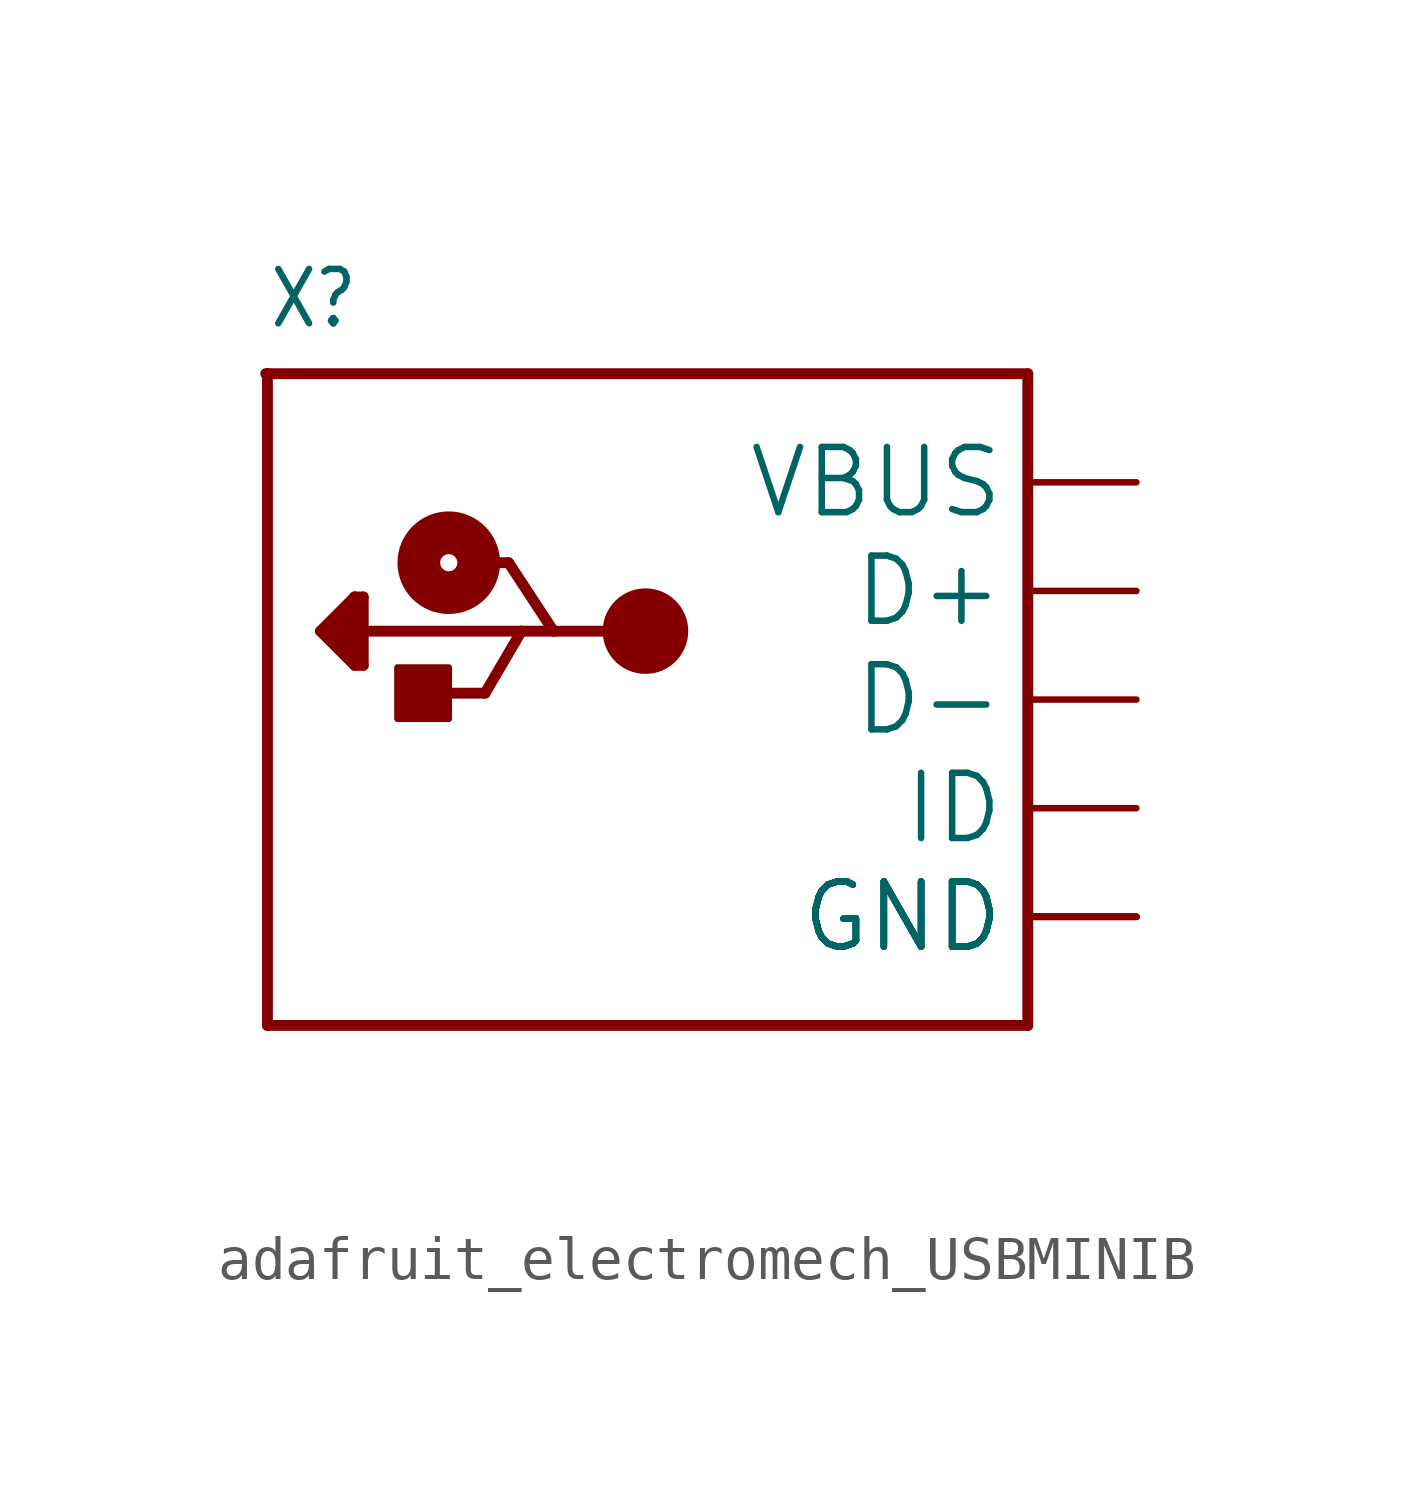
<source format=kicad_sym>
(kicad_symbol_lib
  (version 20241209)
  (generator "kicad_symbol_editor")
  (generator_version "9.0")
  (symbol "adafruit_electromech_USBMINIB"
    (property "Reference" "X"
      (at -10.16 8.636 0)
      (effects (font (size 1.27 1.079)) (justify left bottom)))
    (property "Value" ""
      (at -10.16 -10.16 0)
      (effects (font (size 1.27 1.079)) (justify left bottom)))
    (property "ki_locked" ""
      (at 0 0 0)
      (effects (font (size 1.27 1.27))))
    (symbol "adafruit_electromech_USBMINIB_1_0"
      (polyline (pts (xy -10.2 7.62) (xy -10.16 7.62)) (stroke (width 0.254) (type solid)) (fill (type none)))
      (polyline (pts (xy -10.16 7.62) (xy -10.16 -7.62)) (stroke (width 0.254) (type solid)) (fill (type none)))
      (polyline (pts (xy -10.16 7.62) (xy 7.62 7.62)) (stroke (width 0.254) (type solid)) (fill (type none)))
      (polyline (pts (xy -10.16 -7.62) (xy 7.62 -7.62)) (stroke (width 0.254) (type solid)) (fill (type none)))
      (polyline (pts (xy -8.92 1.6) (xy -8.12 2.4)) (stroke (width 0.254) (type solid)) (fill (type none)))
      (polyline (pts (xy -8.52 1.6) (xy -8.52 1.4)) (stroke (width 0.254) (type solid)) (fill (type none)))
      (polyline (pts (xy -8.52 1.4) (xy -8.32 1.2)) (stroke (width 0.254) (type solid)) (fill (type none)))
      (polyline (pts (xy -8.32 2) (xy -8.72 1.6)) (stroke (width 0.254) (type solid)) (fill (type none)))
      (polyline (pts (xy -8.32 1.2) (xy -8.32 2)) (stroke (width 0.254) (type solid)) (fill (type none)))
      (polyline (pts (xy -8.12 2.4) (xy -7.92 2.4)) (stroke (width 0.254) (type solid)) (fill (type none)))
      (polyline (pts (xy -8.12 1) (xy -8.12 2.4)) (stroke (width 0.254) (type solid)) (fill (type none)))
      (polyline (pts (xy -8.12 0.8) (xy -8.92 1.6)) (stroke (width 0.254) (type solid)) (fill (type none)))
      (polyline (pts (xy -7.92 2.4) (xy -7.92 1.6)) (stroke (width 0.254) (type solid)) (fill (type none)))
      (polyline (pts (xy -7.92 1.6) (xy -7.92 0.8)) (stroke (width 0.254) (type solid)) (fill (type none)))
      (polyline (pts (xy -7.92 0.8) (xy -8.12 0.8)) (stroke (width 0.254) (type solid)) (fill (type none)))
      (rectangle (start -7.12 -0.45) (end -5.92 0.75) (stroke (width 0) (type default)) (fill (type outline)))
      (polyline (pts (xy -6.27 0.15) (xy -5.07 0.15)) (stroke (width 0.254) (type solid)) (fill (type none)))
      (circle (center -5.92 3.2) (radius 0.2) (stroke (width 1) (type solid)) (fill (type none)))
      (polyline (pts (xy -5.52 3.2) (xy -4.52 3.2)) (stroke (width 0.254) (type solid)) (fill (type none)))
      (polyline (pts (xy -5.07 0.15) (xy -4.22 1.6)) (stroke (width 0.254) (type solid)) (fill (type none)))
      (polyline (pts (xy -4.52 3.2) (xy -3.47 1.6)) (stroke (width 0.254) (type solid)) (fill (type none)))
      (polyline (pts (xy -4.22 1.6) (xy -7.92 1.6)) (stroke (width 0.254) (type solid)) (fill (type none)))
      (polyline (pts (xy -3.47 1.6) (xy -4.22 1.6)) (stroke (width 0.254) (type solid)) (fill (type none)))
      (circle (center -1.32 1.6) (radius 0.5) (stroke (width 1) (type solid)) (fill (type none)))
      (polyline (pts (xy -1.32 1.6) (xy -3.47 1.6)) (stroke (width 0.254) (type solid)) (fill (type none)))
      (polyline (pts (xy 7.62 7.62) (xy 7.62 -7.62)) (stroke (width 0.254) (type solid)) (fill (type none)))
      (pin power_in line (at 10.16 5.08 180) (length 2.54) (name "VBUS" (effects (font (size 1.524 1.524)))) (number "VBUS" (effects (font (size 0 0)))))
      (pin bidirectional line (at 10.16 2.54 180) (length 2.54) (name "D+" (effects (font (size 1.524 1.524)))) (number "D+" (effects (font (size 0 0)))))
      (pin bidirectional line (at 10.16 0 180) (length 2.54) (name "D-" (effects (font (size 1.524 1.524)))) (number "D-" (effects (font (size 0 0)))))
      (pin bidirectional line (at 10.16 -2.54 180) (length 2.54) (name "ID" (effects (font (size 1.524 1.524)))) (number "ID" (effects (font (size 0 0)))))
      (pin power_in line (at 10.16 -5.08 180) (length 2.54) (name "GND" (effects (font (size 1.524 1.524)))) (number "GND" (effects (font (size 0 0)))))
      (pin power_in line (at 10.16 -5.08 180) (length 2.54) (name "GND" (effects (font (size 1.524 1.524)))) (number "GND1" (effects (font (size 0 0)))))
      (pin power_in line (at 10.16 -5.08 180) (length 2.54) (name "GND" (effects (font (size 1.524 1.524)))) (number "GND2" (effects (font (size 0 0)))))
      (pin power_in line (at 10.16 -5.08 180) (length 2.54) (name "GND" (effects (font (size 1.524 1.524)))) (number "GND3" (effects (font (size 0 0)))))
      (pin power_in line (at 10.16 -5.08 180) (length 2.54) (name "GND" (effects (font (size 1.524 1.524)))) (number "GND4" (effects (font (size 0 0))))))))
</source>
